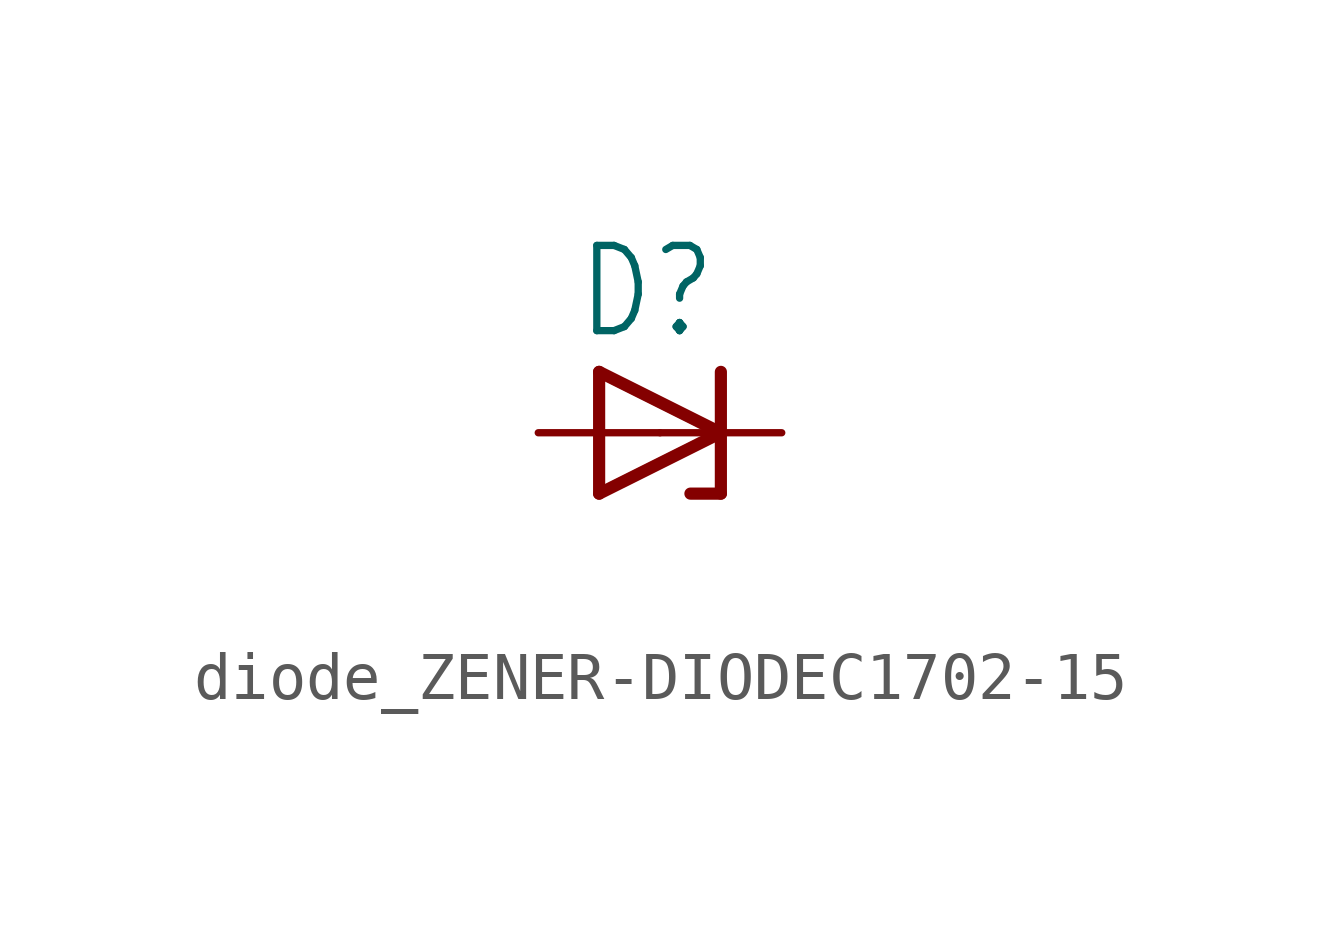
<source format=kicad_sym>
(kicad_symbol_lib
  (version 20241209)
  (generator "kicad_symbol_editor")
  (generator_version "9.0")
  (symbol "diode_ZENER-DIODEC1702-15"
    (property "Reference" "D"
      (at -1.778 1.905 0)
      (effects (font (size 1.778 1.511)) (justify left bottom)))
    (property "Value" ""
      (at -1.778 -3.429 0)
      (effects (font (size 1.778 1.511)) (justify left bottom)))
    (property "ki_locked" ""
      (at 0 0 0)
      (effects (font (size 1.27 1.27))))
    (symbol "diode_ZENER-DIODEC1702-15_1_0"
      (polyline (pts (xy -1.27 1.27) (xy -1.27 -1.27)) (stroke (width 0.254) (type solid)) (fill (type none)))
      (polyline (pts (xy -1.27 -1.27) (xy 1.27 0)) (stroke (width 0.254) (type solid)) (fill (type none)))
      (polyline (pts (xy 1.27 1.27) (xy 1.27 0)) (stroke (width 0.254) (type solid)) (fill (type none)))
      (polyline (pts (xy 1.27 0) (xy -1.27 1.27)) (stroke (width 0.254) (type solid)) (fill (type none)))
      (polyline (pts (xy 1.27 0) (xy 1.27 -1.27)) (stroke (width 0.254) (type solid)) (fill (type none)))
      (polyline (pts (xy 1.27 -1.27) (xy 0.635 -1.27)) (stroke (width 0.254) (type solid)) (fill (type none)))
      (pin passive line (at -2.54 0 0) (length 2.54) (name "A" (effects (font (size 0 0)))) (number "A" (effects (font (size 0 0)))))
      (pin passive line (at 2.54 0 180) (length 2.54) (name "C" (effects (font (size 0 0)))) (number "C" (effects (font (size 0 0))))))))
</source>
